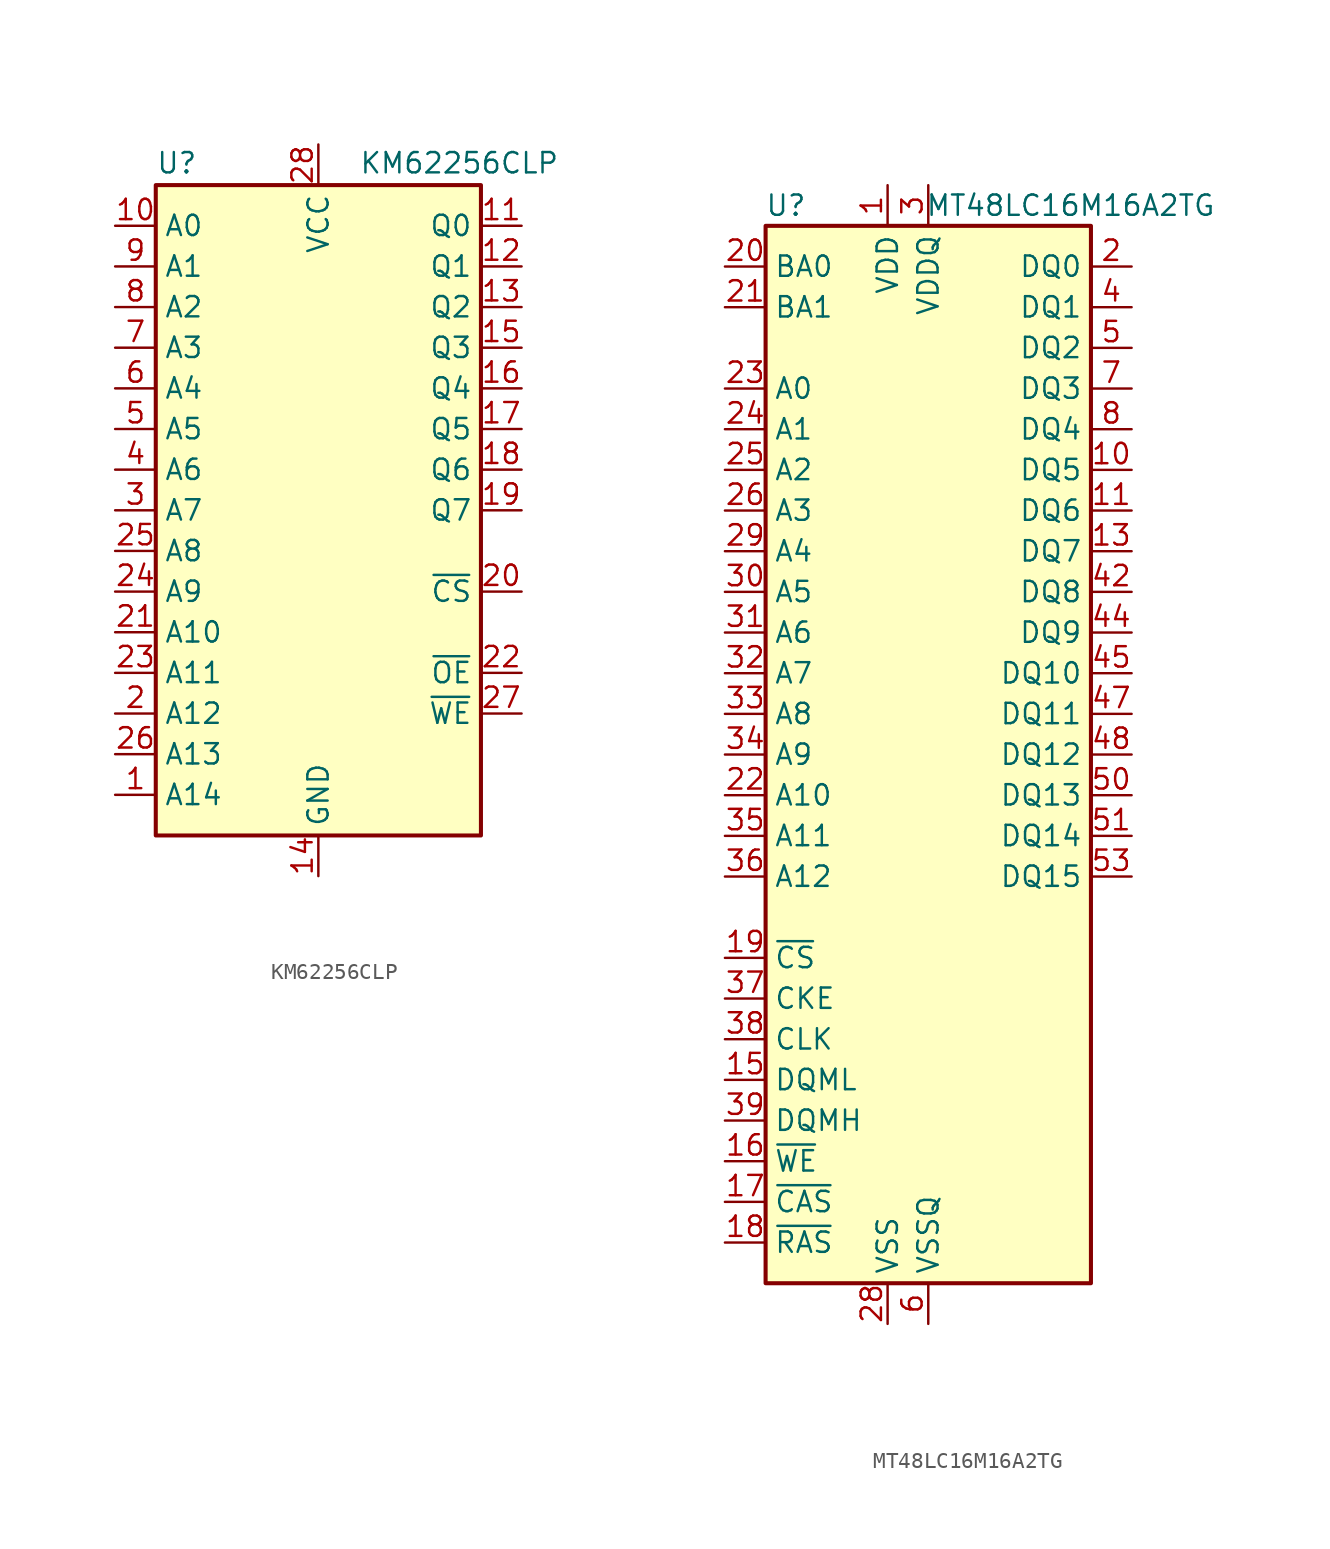
<source format=kicad_sym>
(kicad_symbol_lib
  (version 20211014)
  (generator kicad_symbol_editor)
  (symbol "KM62256CLP"
    (property "Reference" "U"
      (at -10.16 20.955 0)
      (effects (font (size 1.27 1.27)) (justify left bottom)))
    (property "Value" "KM62256CLP"
      (at 2.54 20.955 0)
      (effects (font (size 1.27 1.27)) (justify left bottom)))
    (symbol "KM62256CLP_0_0"
      (pin power_in line (at 0 -22.86 90) (length 2.54) (name "GND" (effects (font (size 1.27 1.27)))) (number "14" (effects (font (size 1.27 1.27)))))
      (pin power_in line (at 0 22.86 270) (length 2.54) (name "VCC" (effects (font (size 1.27 1.27)))) (number "28" (effects (font (size 1.27 1.27))))))
    (symbol "KM62256CLP_0_1"
      (rectangle (start -10.16 20.32) (end 10.16 -20.32) (stroke (width 0.254) (type default) (color 0 0 0 0)) (fill (type background))))
    (symbol "KM62256CLP_1_1"
      (pin input line (at -12.7 -17.78 0) (length 2.54) (name "A14" (effects (font (size 1.27 1.27)))) (number "1" (effects (font (size 1.27 1.27)))))
      (pin input line (at -12.7 17.78 0) (length 2.54) (name "A0" (effects (font (size 1.27 1.27)))) (number "10" (effects (font (size 1.27 1.27)))))
      (pin tri_state line (at 12.7 17.78 180) (length 2.54) (name "Q0" (effects (font (size 1.27 1.27)))) (number "11" (effects (font (size 1.27 1.27)))))
      (pin tri_state line (at 12.7 15.24 180) (length 2.54) (name "Q1" (effects (font (size 1.27 1.27)))) (number "12" (effects (font (size 1.27 1.27)))))
      (pin tri_state line (at 12.7 12.7 180) (length 2.54) (name "Q2" (effects (font (size 1.27 1.27)))) (number "13" (effects (font (size 1.27 1.27)))))
      (pin tri_state line (at 12.7 10.16 180) (length 2.54) (name "Q3" (effects (font (size 1.27 1.27)))) (number "15" (effects (font (size 1.27 1.27)))))
      (pin tri_state line (at 12.7 7.62 180) (length 2.54) (name "Q4" (effects (font (size 1.27 1.27)))) (number "16" (effects (font (size 1.27 1.27)))))
      (pin tri_state line (at 12.7 5.08 180) (length 2.54) (name "Q5" (effects (font (size 1.27 1.27)))) (number "17" (effects (font (size 1.27 1.27)))))
      (pin tri_state line (at 12.7 2.54 180) (length 2.54) (name "Q6" (effects (font (size 1.27 1.27)))) (number "18" (effects (font (size 1.27 1.27)))))
      (pin tri_state line (at 12.7 0 180) (length 2.54) (name "Q7" (effects (font (size 1.27 1.27)))) (number "19" (effects (font (size 1.27 1.27)))))
      (pin input line (at -12.7 -12.7 0) (length 2.54) (name "A12" (effects (font (size 1.27 1.27)))) (number "2" (effects (font (size 1.27 1.27)))))
      (pin input line (at 12.7 -5.08 180) (length 2.54) (name "~{CS}" (effects (font (size 1.27 1.27)))) (number "20" (effects (font (size 1.27 1.27)))))
      (pin input line (at -12.7 -7.62 0) (length 2.54) (name "A10" (effects (font (size 1.27 1.27)))) (number "21" (effects (font (size 1.27 1.27)))))
      (pin input line (at 12.7 -10.16 180) (length 2.54) (name "~{OE}" (effects (font (size 1.27 1.27)))) (number "22" (effects (font (size 1.27 1.27)))))
      (pin input line (at -12.7 -10.16 0) (length 2.54) (name "A11" (effects (font (size 1.27 1.27)))) (number "23" (effects (font (size 1.27 1.27)))))
      (pin input line (at -12.7 -5.08 0) (length 2.54) (name "A9" (effects (font (size 1.27 1.27)))) (number "24" (effects (font (size 1.27 1.27)))))
      (pin input line (at -12.7 -2.54 0) (length 2.54) (name "A8" (effects (font (size 1.27 1.27)))) (number "25" (effects (font (size 1.27 1.27)))))
      (pin input line (at -12.7 -15.24 0) (length 2.54) (name "A13" (effects (font (size 1.27 1.27)))) (number "26" (effects (font (size 1.27 1.27)))))
      (pin input line (at 12.7 -12.7 180) (length 2.54) (name "~{WE}" (effects (font (size 1.27 1.27)))) (number "27" (effects (font (size 1.27 1.27)))))
      (pin input line (at -12.7 0 0) (length 2.54) (name "A7" (effects (font (size 1.27 1.27)))) (number "3" (effects (font (size 1.27 1.27)))))
      (pin input line (at -12.7 2.54 0) (length 2.54) (name "A6" (effects (font (size 1.27 1.27)))) (number "4" (effects (font (size 1.27 1.27)))))
      (pin input line (at -12.7 5.08 0) (length 2.54) (name "A5" (effects (font (size 1.27 1.27)))) (number "5" (effects (font (size 1.27 1.27)))))
      (pin input line (at -12.7 7.62 0) (length 2.54) (name "A4" (effects (font (size 1.27 1.27)))) (number "6" (effects (font (size 1.27 1.27)))))
      (pin input line (at -12.7 10.16 0) (length 2.54) (name "A3" (effects (font (size 1.27 1.27)))) (number "7" (effects (font (size 1.27 1.27)))))
      (pin input line (at -12.7 12.7 0) (length 2.54) (name "A2" (effects (font (size 1.27 1.27)))) (number "8" (effects (font (size 1.27 1.27)))))
      (pin input line (at -12.7 15.24 0) (length 2.54) (name "A1" (effects (font (size 1.27 1.27)))) (number "9" (effects (font (size 1.27 1.27)))))))
  (symbol "MT48LC16M16A2TG"
    (property "Reference" "U"
      (at -8.89 34.29 0)
      (effects (font (size 1.27 1.27))))
    (property "Value" "MT48LC16M16A2TG"
      (at 8.89 34.29 0)
      (effects (font (size 1.27 1.27))))
    (symbol "MT48LC16M16A2TG_0_1"
      (rectangle (start -10.16 33.02) (end 10.16 -33.02) (stroke (width 0.254) (type default) (color 0 0 0 0)) (fill (type background))))
    (symbol "MT48LC16M16A2TG_1_1"
      (pin power_in line (at -2.54 35.56 270) (length 2.54) (name "VDD" (effects (font (size 1.27 1.27)))) (number "1" (effects (font (size 1.27 1.27)))))
      (pin bidirectional line (at 12.7 17.78 180) (length 2.54) (name "DQ5" (effects (font (size 1.27 1.27)))) (number "10" (effects (font (size 1.27 1.27)))))
      (pin bidirectional line (at 12.7 15.24 180) (length 2.54) (name "DQ6" (effects (font (size 1.27 1.27)))) (number "11" (effects (font (size 1.27 1.27)))))
      (pin passive line (at 0 -35.56 90) (length 2.54) hide (name "VSSQ" (effects (font (size 1.27 1.27)))) (number "12" (effects (font (size 1.27 1.27)))))
      (pin bidirectional line (at 12.7 12.7 180) (length 2.54) (name "DQ7" (effects (font (size 1.27 1.27)))) (number "13" (effects (font (size 1.27 1.27)))))
      (pin passive line (at -2.54 35.56 270) (length 2.54) hide (name "VDD" (effects (font (size 1.27 1.27)))) (number "14" (effects (font (size 1.27 1.27)))))
      (pin input line (at -12.7 -20.32 0) (length 2.54) (name "DQML" (effects (font (size 1.27 1.27)))) (number "15" (effects (font (size 1.27 1.27)))))
      (pin input line (at -12.7 -25.4 0) (length 2.54) (name "~{WE}" (effects (font (size 1.27 1.27)))) (number "16" (effects (font (size 1.27 1.27)))))
      (pin input line (at -12.7 -27.94 0) (length 2.54) (name "~{CAS}" (effects (font (size 1.27 1.27)))) (number "17" (effects (font (size 1.27 1.27)))))
      (pin input line (at -12.7 -30.48 0) (length 2.54) (name "~{RAS}" (effects (font (size 1.27 1.27)))) (number "18" (effects (font (size 1.27 1.27)))))
      (pin input line (at -12.7 -12.7 0) (length 2.54) (name "~{CS}" (effects (font (size 1.27 1.27)))) (number "19" (effects (font (size 1.27 1.27)))))
      (pin bidirectional line (at 12.7 30.48 180) (length 2.54) (name "DQ0" (effects (font (size 1.27 1.27)))) (number "2" (effects (font (size 1.27 1.27)))))
      (pin input line (at -12.7 30.48 0) (length 2.54) (name "BA0" (effects (font (size 1.27 1.27)))) (number "20" (effects (font (size 1.27 1.27)))))
      (pin input line (at -12.7 27.94 0) (length 2.54) (name "BA1" (effects (font (size 1.27 1.27)))) (number "21" (effects (font (size 1.27 1.27)))))
      (pin input line (at -12.7 -2.54 0) (length 2.54) (name "A10" (effects (font (size 1.27 1.27)))) (number "22" (effects (font (size 1.27 1.27)))))
      (pin input line (at -12.7 22.86 0) (length 2.54) (name "A0" (effects (font (size 1.27 1.27)))) (number "23" (effects (font (size 1.27 1.27)))))
      (pin input line (at -12.7 20.32 0) (length 2.54) (name "A1" (effects (font (size 1.27 1.27)))) (number "24" (effects (font (size 1.27 1.27)))))
      (pin input line (at -12.7 17.78 0) (length 2.54) (name "A2" (effects (font (size 1.27 1.27)))) (number "25" (effects (font (size 1.27 1.27)))))
      (pin input line (at -12.7 15.24 0) (length 2.54) (name "A3" (effects (font (size 1.27 1.27)))) (number "26" (effects (font (size 1.27 1.27)))))
      (pin passive line (at -2.54 35.56 270) (length 2.54) hide (name "VDD" (effects (font (size 1.27 1.27)))) (number "27" (effects (font (size 1.27 1.27)))))
      (pin power_in line (at -2.54 -35.56 90) (length 2.54) (name "VSS" (effects (font (size 1.27 1.27)))) (number "28" (effects (font (size 1.27 1.27)))))
      (pin input line (at -12.7 12.7 0) (length 2.54) (name "A4" (effects (font (size 1.27 1.27)))) (number "29" (effects (font (size 1.27 1.27)))))
      (pin power_in line (at 0 35.56 270) (length 2.54) (name "VDDQ" (effects (font (size 1.27 1.27)))) (number "3" (effects (font (size 1.27 1.27)))))
      (pin input line (at -12.7 10.16 0) (length 2.54) (name "A5" (effects (font (size 1.27 1.27)))) (number "30" (effects (font (size 1.27 1.27)))))
      (pin input line (at -12.7 7.62 0) (length 2.54) (name "A6" (effects (font (size 1.27 1.27)))) (number "31" (effects (font (size 1.27 1.27)))))
      (pin input line (at -12.7 5.08 0) (length 2.54) (name "A7" (effects (font (size 1.27 1.27)))) (number "32" (effects (font (size 1.27 1.27)))))
      (pin input line (at -12.7 2.54 0) (length 2.54) (name "A8" (effects (font (size 1.27 1.27)))) (number "33" (effects (font (size 1.27 1.27)))))
      (pin input line (at -12.7 0 0) (length 2.54) (name "A9" (effects (font (size 1.27 1.27)))) (number "34" (effects (font (size 1.27 1.27)))))
      (pin input line (at -12.7 -5.08 0) (length 2.54) (name "A11" (effects (font (size 1.27 1.27)))) (number "35" (effects (font (size 1.27 1.27)))))
      (pin input line (at -12.7 -7.62 0) (length 2.54) (name "A12" (effects (font (size 1.27 1.27)))) (number "36" (effects (font (size 1.27 1.27)))))
      (pin input line (at -12.7 -15.24 0) (length 2.54) (name "CKE" (effects (font (size 1.27 1.27)))) (number "37" (effects (font (size 1.27 1.27)))))
      (pin input line (at -12.7 -17.78 0) (length 2.54) (name "CLK" (effects (font (size 1.27 1.27)))) (number "38" (effects (font (size 1.27 1.27)))))
      (pin input line (at -12.7 -22.86 0) (length 2.54) (name "DQMH" (effects (font (size 1.27 1.27)))) (number "39" (effects (font (size 1.27 1.27)))))
      (pin bidirectional line (at 12.7 27.94 180) (length 2.54) (name "DQ1" (effects (font (size 1.27 1.27)))) (number "4" (effects (font (size 1.27 1.27)))))
      (pin no_connect line (at 10.16 -20.32 180) (length 2.54) hide (name "NC" (effects (font (size 1.27 1.27)))) (number "40" (effects (font (size 1.27 1.27)))))
      (pin passive line (at -2.54 -35.56 90) (length 2.54) hide (name "VSS" (effects (font (size 1.27 1.27)))) (number "41" (effects (font (size 1.27 1.27)))))
      (pin bidirectional line (at 12.7 10.16 180) (length 2.54) (name "DQ8" (effects (font (size 1.27 1.27)))) (number "42" (effects (font (size 1.27 1.27)))))
      (pin passive line (at 0 35.56 270) (length 2.54) hide (name "VDDQ" (effects (font (size 1.27 1.27)))) (number "43" (effects (font (size 1.27 1.27)))))
      (pin bidirectional line (at 12.7 7.62 180) (length 2.54) (name "DQ9" (effects (font (size 1.27 1.27)))) (number "44" (effects (font (size 1.27 1.27)))))
      (pin bidirectional line (at 12.7 5.08 180) (length 2.54) (name "DQ10" (effects (font (size 1.27 1.27)))) (number "45" (effects (font (size 1.27 1.27)))))
      (pin passive line (at 0 -35.56 90) (length 2.54) hide (name "VSSQ" (effects (font (size 1.27 1.27)))) (number "46" (effects (font (size 1.27 1.27)))))
      (pin bidirectional line (at 12.7 2.54 180) (length 2.54) (name "DQ11" (effects (font (size 1.27 1.27)))) (number "47" (effects (font (size 1.27 1.27)))))
      (pin bidirectional line (at 12.7 0 180) (length 2.54) (name "DQ12" (effects (font (size 1.27 1.27)))) (number "48" (effects (font (size 1.27 1.27)))))
      (pin passive line (at 0 35.56 270) (length 2.54) hide (name "VDDQ" (effects (font (size 1.27 1.27)))) (number "49" (effects (font (size 1.27 1.27)))))
      (pin bidirectional line (at 12.7 25.4 180) (length 2.54) (name "DQ2" (effects (font (size 1.27 1.27)))) (number "5" (effects (font (size 1.27 1.27)))))
      (pin bidirectional line (at 12.7 -2.54 180) (length 2.54) (name "DQ13" (effects (font (size 1.27 1.27)))) (number "50" (effects (font (size 1.27 1.27)))))
      (pin bidirectional line (at 12.7 -5.08 180) (length 2.54) (name "DQ14" (effects (font (size 1.27 1.27)))) (number "51" (effects (font (size 1.27 1.27)))))
      (pin passive line (at 0 -35.56 90) (length 2.54) hide (name "VSSQ" (effects (font (size 1.27 1.27)))) (number "52" (effects (font (size 1.27 1.27)))))
      (pin bidirectional line (at 12.7 -7.62 180) (length 2.54) (name "DQ15" (effects (font (size 1.27 1.27)))) (number "53" (effects (font (size 1.27 1.27)))))
      (pin passive line (at -2.54 -35.56 90) (length 2.54) hide (name "VSS" (effects (font (size 1.27 1.27)))) (number "54" (effects (font (size 1.27 1.27)))))
      (pin power_in line (at 0 -35.56 90) (length 2.54) (name "VSSQ" (effects (font (size 1.27 1.27)))) (number "6" (effects (font (size 1.27 1.27)))))
      (pin bidirectional line (at 12.7 22.86 180) (length 2.54) (name "DQ3" (effects (font (size 1.27 1.27)))) (number "7" (effects (font (size 1.27 1.27)))))
      (pin bidirectional line (at 12.7 20.32 180) (length 2.54) (name "DQ4" (effects (font (size 1.27 1.27)))) (number "8" (effects (font (size 1.27 1.27)))))
      (pin passive line (at 0 35.56 270) (length 2.54) hide (name "VDDQ" (effects (font (size 1.27 1.27)))) (number "9" (effects (font (size 1.27 1.27))))))))
</source>
